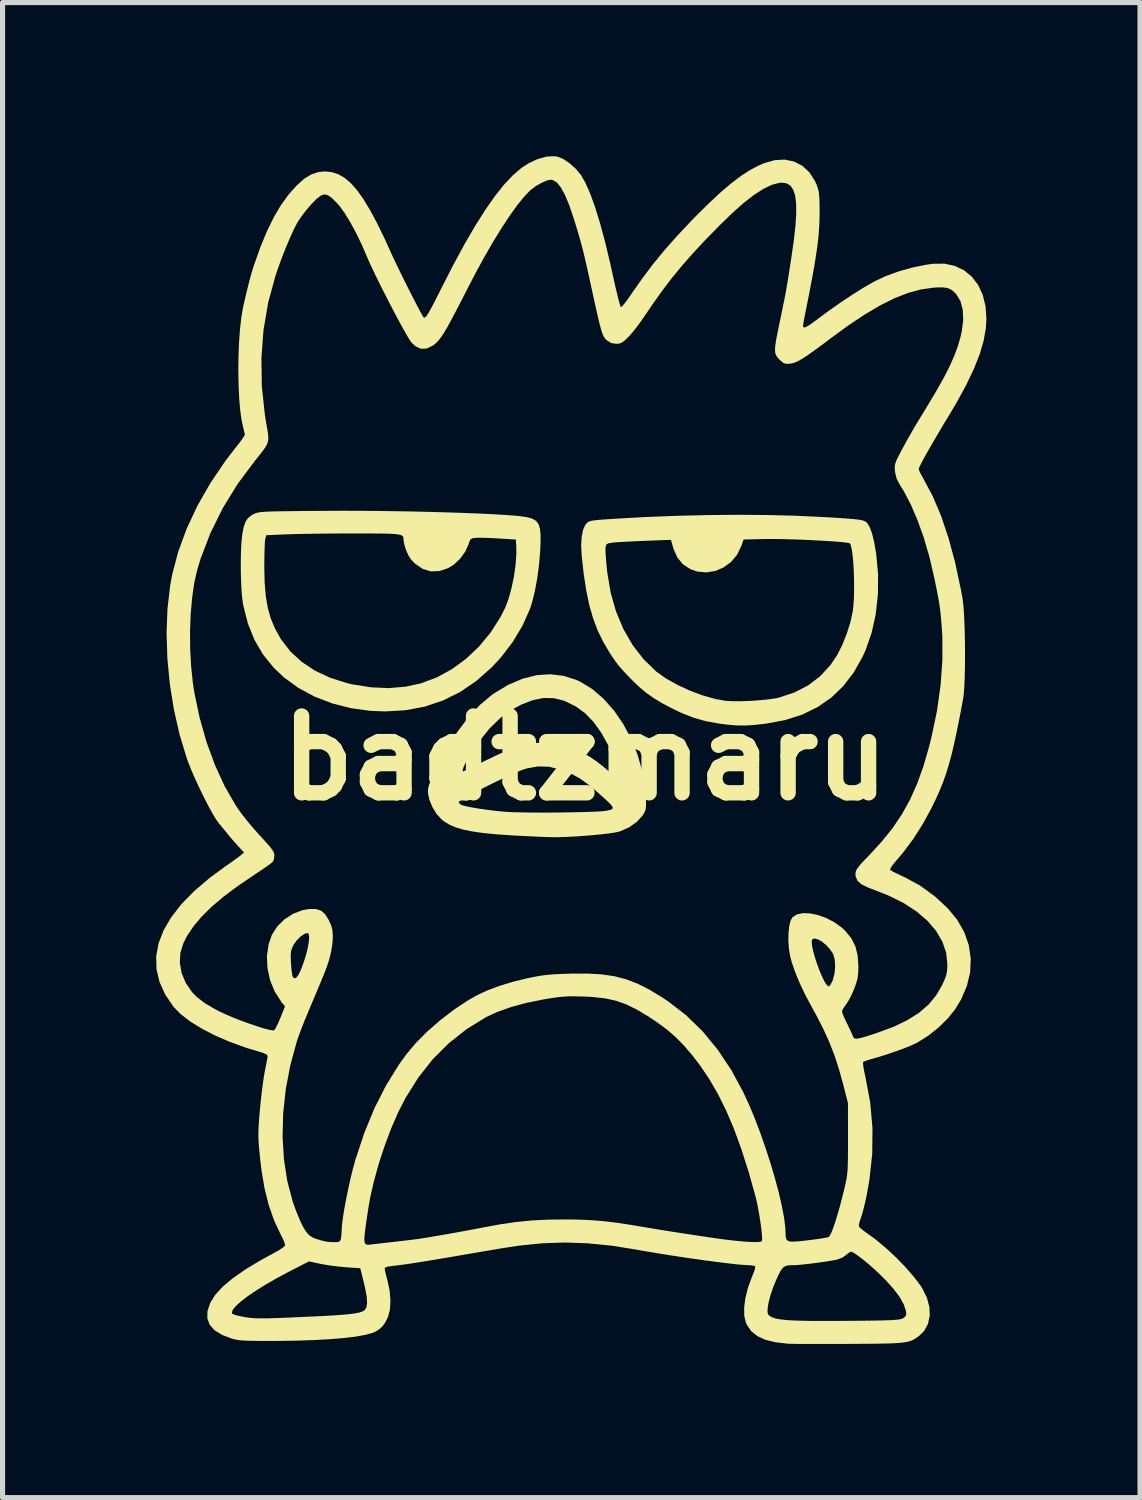
<source format=kicad_pcb>
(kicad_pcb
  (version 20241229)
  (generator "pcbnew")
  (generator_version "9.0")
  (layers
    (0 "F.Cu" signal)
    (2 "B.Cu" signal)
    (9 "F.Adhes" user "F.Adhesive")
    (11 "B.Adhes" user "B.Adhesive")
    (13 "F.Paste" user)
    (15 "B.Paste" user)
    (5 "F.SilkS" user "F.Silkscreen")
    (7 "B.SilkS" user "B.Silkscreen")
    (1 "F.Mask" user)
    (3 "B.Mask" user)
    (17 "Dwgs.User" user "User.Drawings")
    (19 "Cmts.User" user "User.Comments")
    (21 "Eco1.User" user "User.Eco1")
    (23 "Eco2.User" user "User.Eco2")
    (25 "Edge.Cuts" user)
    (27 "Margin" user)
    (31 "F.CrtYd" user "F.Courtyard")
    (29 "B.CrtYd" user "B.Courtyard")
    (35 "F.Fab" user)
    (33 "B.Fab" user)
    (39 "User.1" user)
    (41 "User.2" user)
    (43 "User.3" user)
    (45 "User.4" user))
  (footprint "badtzmaru"
    (layer "F.Cu")
    (at 8.376 11.754)
    (property "Reference" "badtzmaru" (at 0 0 0) (layer "F.SilkS") (effects (font (size 1.5 1.5) (thickness 0.3))))
    (attr board_only exclude_from_pos_files exclude_from_bom)
    (fp_poly (pts (xy -4.41 -4.829) (xy -4.056 -4.826) (xy -3.698 -4.821) (xy -3.341 -4.815) (xy -2.99 -4.806) (xy -2.653 -4.797) (xy -2.334 -4.786) (xy -2.041 -4.774) (xy -1.778 -4.761) (xy -1.552 -4.748) (xy -1.369 -4.734) (xy -1.279 -4.725) (xy -1.14 -4.705) (xy -1.035 -4.677) (xy -0.959 -4.633) (xy -0.909 -4.568) (xy -0.88 -4.475) (xy -0.869 -4.347) (xy -0.871 -4.177) (xy -0.876 -4.06) (xy -0.898 -3.789) (xy -0.933 -3.521) (xy -0.979 -3.27) (xy -1.033 -3.049) (xy -1.075 -2.916) (xy -1.22 -2.59) (xy -1.411 -2.271) (xy -1.642 -1.968) (xy -1.824 -1.772) (xy -2.123 -1.507) (xy -2.44 -1.291) (xy -2.777 -1.124) (xy -3.132 -1.005) (xy -3.509 -0.934) (xy -3.907 -0.911) (xy -4.19 -0.922) (xy -4.573 -0.974) (xy -4.939 -1.068) (xy -5.282 -1.2) (xy -5.598 -1.37) (xy -5.88 -1.575) (xy -6.082 -1.766) (xy -6.29 -2.024) (xy -6.456 -2.307) (xy -6.583 -2.621) (xy -6.672 -2.968) (xy -6.684 -3.031) (xy -6.701 -3.165) (xy -6.713 -3.337) (xy -6.721 -3.534) (xy -6.724 -3.73) (xy -6.265 -3.73) (xy -6.258 -3.425) (xy -6.236 -3.162) (xy -6.196 -2.931) (xy -6.137 -2.723) (xy -6.056 -2.53) (xy -5.951 -2.34) (xy -5.929 -2.307) (xy -5.752 -2.078) (xy -5.533 -1.878) (xy -5.275 -1.707) (xy -4.981 -1.569) (xy -4.656 -1.466) (xy -4.553 -1.441) (xy -4.181 -1.382) (xy -3.832 -1.366) (xy -3.498 -1.396) (xy -3.205 -1.46) (xy -2.897 -1.575) (xy -2.602 -1.736) (xy -2.324 -1.94) (xy -2.07 -2.18) (xy -1.844 -2.453) (xy -1.653 -2.753) (xy -1.562 -2.933) (xy -1.495 -3.109) (xy -1.437 -3.321) (xy -1.389 -3.55) (xy -1.357 -3.781) (xy -1.342 -3.996) (xy -1.344 -4.124) (xy -1.353 -4.268) (xy -1.681 -4.288) (xy -1.819 -4.296) (xy -1.95 -4.301) (xy -2.058 -4.303) (xy -2.125 -4.302) (xy -2.197 -4.294) (xy -2.236 -4.273) (xy -2.261 -4.223) (xy -2.273 -4.182) (xy -2.339 -4.035) (xy -2.44 -3.894) (xy -2.564 -3.777) (xy -2.676 -3.709) (xy -2.85 -3.652) (xy -3.014 -3.646) (xy -3.168 -3.693) (xy -3.313 -3.79) (xy -3.393 -3.871) (xy -3.448 -3.954) (xy -3.498 -4.064) (xy -3.533 -4.178) (xy -3.546 -4.266) (xy -3.547 -4.297) (xy -3.554 -4.322) (xy -3.572 -4.342) (xy -3.605 -4.358) (xy -3.659 -4.369) (xy -3.739 -4.377) (xy -3.849 -4.382) (xy -3.995 -4.385) (xy -4.181 -4.386) (xy -4.414 -4.387) (xy -4.519 -4.387) (xy -4.755 -4.386) (xy -4.993 -4.385) (xy -5.224 -4.382) (xy -5.437 -4.379) (xy -5.623 -4.376) (xy -5.771 -4.371) (xy -5.828 -4.369) (xy -6.226 -4.352) (xy -6.245 -4.284) (xy -6.252 -4.236) (xy -6.257 -4.146) (xy -6.261 -4.023) (xy -6.264 -3.877) (xy -6.265 -3.73) (xy -6.724 -3.73) (xy -6.724 -3.743) (xy -6.722 -3.948) (xy -6.716 -4.138) (xy -6.704 -4.296) (xy -6.695 -4.368) (xy -6.668 -4.511) (xy -6.633 -4.612) (xy -6.585 -4.685) (xy -6.516 -4.74) (xy -6.481 -4.76) (xy -6.454 -4.773) (xy -6.427 -4.784) (xy -6.394 -4.793) (xy -6.351 -4.801) (xy -6.293 -4.807) (xy -6.214 -4.812) (xy -6.112 -4.816) (xy -5.98 -4.819) (xy -5.815 -4.821) (xy -5.61 -4.824) (xy -5.363 -4.826) (xy -5.077 -4.828) (xy -4.752 -4.83)) (stroke (width 0) (type solid)) (fill yes) (layer "F.SilkS"))
    (fp_poly (pts (xy 3.541 -4.747) (xy 4.09 -4.733) (xy 4.492 -4.715) (xy 4.741 -4.702) (xy 4.943 -4.69) (xy 5.103 -4.679) (xy 5.227 -4.669) (xy 5.32 -4.659) (xy 5.388 -4.649) (xy 5.436 -4.636) (xy 5.469 -4.622) (xy 5.493 -4.605) (xy 5.51 -4.588) (xy 5.559 -4.509) (xy 5.604 -4.386) (xy 5.645 -4.217) (xy 5.683 -3.998) (xy 5.685 -3.985) (xy 5.722 -3.591) (xy 5.718 -3.197) (xy 5.676 -2.813) (xy 5.596 -2.448) (xy 5.478 -2.109) (xy 5.42 -1.981) (xy 5.245 -1.671) (xy 5.04 -1.404) (xy 4.805 -1.179) (xy 4.537 -0.994) (xy 4.237 -0.848) (xy 3.901 -0.741) (xy 3.529 -0.672) (xy 3.507 -0.669) (xy 3.298 -0.647) (xy 3.121 -0.636) (xy 2.957 -0.638) (xy 2.786 -0.652) (xy 2.627 -0.672) (xy 2.366 -0.719) (xy 2.133 -0.783) (xy 1.904 -0.872) (xy 1.747 -0.945) (xy 1.524 -1.061) (xy 1.34 -1.171) (xy 1.181 -1.284) (xy 1.036 -1.408) (xy 0.945 -1.495) (xy 0.823 -1.62) (xy 0.73 -1.72) (xy 0.654 -1.808) (xy 0.588 -1.895) (xy 0.521 -1.993) (xy 0.482 -2.053) (xy 0.355 -2.267) (xy 0.247 -2.488) (xy 0.158 -2.723) (xy 0.083 -2.981) (xy 0.023 -3.269) (xy -0.027 -3.594) (xy -0.067 -3.958) (xy -0.071 -4.041) (xy 0.398 -4.041) (xy 0.404 -3.942) (xy 0.414 -3.816) (xy 0.428 -3.674) (xy 0.433 -3.626) (xy 0.499 -3.231) (xy 0.605 -2.86) (xy 0.749 -2.517) (xy 0.929 -2.205) (xy 1.144 -1.928) (xy 1.39 -1.69) (xy 1.392 -1.688) (xy 1.577 -1.556) (xy 1.799 -1.431) (xy 2.044 -1.318) (xy 2.298 -1.223) (xy 2.545 -1.154) (xy 2.732 -1.12) (xy 2.859 -1.111) (xy 3.022 -1.11) (xy 3.205 -1.116) (xy 3.391 -1.128) (xy 3.566 -1.145) (xy 3.714 -1.166) (xy 3.782 -1.18) (xy 4.087 -1.281) (xy 4.356 -1.42) (xy 4.591 -1.599) (xy 4.792 -1.818) (xy 4.922 -2.011) (xy 5.022 -2.209) (xy 5.112 -2.435) (xy 5.184 -2.667) (xy 5.226 -2.863) (xy 5.241 -2.991) (xy 5.25 -3.145) (xy 5.253 -3.315) (xy 5.252 -3.493) (xy 5.246 -3.668) (xy 5.236 -3.833) (xy 5.222 -3.978) (xy 5.204 -4.094) (xy 5.184 -4.17) (xy 5.172 -4.192) (xy 5.139 -4.202) (xy 5.061 -4.213) (xy 4.945 -4.224) (xy 4.799 -4.235) (xy 4.629 -4.245) (xy 4.443 -4.255) (xy 4.249 -4.264) (xy 4.054 -4.271) (xy 3.864 -4.276) (xy 3.688 -4.278) (xy 3.533 -4.278) (xy 3.458 -4.277) (xy 3.095 -4.268) (xy 3.051 -4.141) (xy 2.968 -3.971) (xy 2.851 -3.83) (xy 2.706 -3.724) (xy 2.543 -3.654) (xy 2.369 -3.626) (xy 2.193 -3.642) (xy 2.06 -3.687) (xy 1.912 -3.783) (xy 1.801 -3.917) (xy 1.725 -4.088) (xy 1.721 -4.104) (xy 1.677 -4.262) (xy 1.16 -4.242) (xy 0.992 -4.235) (xy 0.834 -4.227) (xy 0.697 -4.22) (xy 0.59 -4.212) (xy 0.526 -4.206) (xy 0.525 -4.206) (xy 0.452 -4.193) (xy 0.416 -4.172) (xy 0.402 -4.13) (xy 0.399 -4.099) (xy 0.398 -4.041) (xy -0.071 -4.041) (xy -0.077 -4.148) (xy -0.067 -4.316) (xy -0.041 -4.453) (xy 0.002 -4.551) (xy 0.014 -4.566) (xy 0.037 -4.593) (xy 0.062 -4.612) (xy 0.096 -4.627) (xy 0.148 -4.638) (xy 0.225 -4.648) (xy 0.336 -4.657) (xy 0.488 -4.667) (xy 0.557 -4.672) (xy 1.148 -4.706) (xy 1.753 -4.73) (xy 2.361 -4.745) (xy 2.961 -4.751)) (stroke (width 0) (type solid)) (fill yes) (layer "F.SilkS"))
    (fp_poly (pts (xy -0.415 -1.605) (xy -0.16 -1.522) (xy -0.092 -1.49) (xy 0.144 -1.345) (xy 0.364 -1.155) (xy 0.566 -0.926) (xy 0.745 -0.665) (xy 0.899 -0.377) (xy 1.024 -0.068) (xy 1.116 0.254) (xy 1.173 0.585) (xy 1.188 0.803) (xy 1.19 0.912) (xy 1.185 0.986) (xy 1.169 1.042) (xy 1.139 1.096) (xy 1.119 1.125) (xy 1.009 1.246) (xy 0.863 1.35) (xy 0.696 1.426) (xy 0.671 1.434) (xy 0.593 1.452) (xy 0.472 1.47) (xy 0.32 1.488) (xy 0.147 1.505) (xy -0.037 1.52) (xy -0.221 1.532) (xy -0.396 1.541) (xy -0.549 1.545) (xy -0.617 1.545) (xy -0.717 1.543) (xy -0.857 1.538) (xy -1.025 1.53) (xy -1.208 1.521) (xy -1.394 1.511) (xy -1.418 1.51) (xy -1.724 1.489) (xy -1.983 1.464) (xy -2.199 1.434) (xy -2.38 1.397) (xy -2.53 1.352) (xy -2.654 1.298) (xy -2.758 1.233) (xy -2.803 1.198) (xy -2.9 1.091) (xy -2.984 0.953) (xy -3.022 0.859) (xy -2.469 0.859) (xy -2.447 0.895) (xy -2.41 0.917) (xy -2.331 0.939) (xy -2.211 0.964) (xy -2.062 0.989) (xy -1.897 1.012) (xy -1.727 1.033) (xy -1.565 1.048) (xy -1.537 1.05) (xy -1.421 1.056) (xy -1.27 1.06) (xy -1.092 1.063) (xy -0.894 1.064) (xy -0.686 1.064) (xy -0.474 1.062) (xy -0.267 1.059) (xy -0.073 1.055) (xy 0.1 1.05) (xy 0.245 1.044) (xy 0.353 1.036) (xy 0.415 1.029) (xy 0.481 1.014) (xy 0.524 0.999) (xy 0.541 0.977) (xy 0.531 0.945) (xy 0.491 0.896) (xy 0.417 0.824) (xy 0.309 0.726) (xy 0.244 0.668) (xy 0.071 0.523) (xy -0.084 0.41) (xy -0.237 0.323) (xy -0.402 0.252) (xy -0.484 0.223) (xy -0.707 0.169) (xy -0.922 0.163) (xy -1.144 0.203) (xy -1.173 0.212) (xy -1.251 0.24) (xy -1.359 0.285) (xy -1.49 0.343) (xy -1.635 0.411) (xy -1.789 0.485) (xy -1.943 0.561) (xy -2.09 0.636) (xy -2.223 0.706) (xy -2.334 0.767) (xy -2.416 0.816) (xy -2.462 0.849) (xy -2.469 0.859) (xy -3.022 0.859) (xy -3.043 0.806) (xy -3.065 0.703) (xy -3.068 0.646) (xy -3.065 0.594) (xy -3.052 0.537) (xy -3.026 0.465) (xy -2.983 0.368) (xy -2.92 0.235) (xy -2.92 0.235) (xy -2.392 0.235) (xy -2.385 0.26) (xy -2.371 0.258) (xy -2.342 0.243) (xy -2.274 0.21) (xy -2.175 0.162) (xy -2.053 0.102) (xy -1.944 0.048) (xy -1.707 -0.065) (xy -1.507 -0.152) (xy -1.337 -0.217) (xy -1.188 -0.261) (xy -1.054 -0.287) (xy -0.925 -0.297) (xy -0.88 -0.297) (xy -0.643 -0.284) (xy -0.431 -0.245) (xy -0.22 -0.176) (xy -0.173 -0.157) (xy -0.03 -0.092) (xy 0.097 -0.022) (xy 0.222 0.063) (xy 0.361 0.172) (xy 0.433 0.233) (xy 0.517 0.301) (xy 0.586 0.353) (xy 0.633 0.381) (xy 0.644 0.383) (xy 0.661 0.355) (xy 0.661 0.313) (xy 0.644 0.237) (xy 0.609 0.129) (xy 0.564 0.005) (xy 0.513 -0.119) (xy 0.464 -0.229) (xy 0.457 -0.242) (xy 0.313 -0.499) (xy 0.162 -0.709) (xy -0.001 -0.877) (xy -0.181 -1.008) (xy -0.384 -1.108) (xy -0.413 -1.12) (xy -0.608 -1.17) (xy -0.81 -1.174) (xy -1.023 -1.131) (xy -1.251 -1.042) (xy -1.436 -0.942) (xy -1.654 -0.785) (xy -1.866 -0.578) (xy -2.074 -0.319) (xy -2.269 -0.023) (xy -2.332 0.087) (xy -2.373 0.175) (xy -2.392 0.235) (xy -2.92 0.235) (xy -2.908 0.21) (xy -2.71 -0.168) (xy -2.5 -0.505) (xy -2.278 -0.798) (xy -2.048 -1.044) (xy -1.812 -1.241) (xy -1.786 -1.259) (xy -1.504 -1.429) (xy -1.224 -1.549) (xy -0.948 -1.619) (xy -0.678 -1.637)) (stroke (width 0) (type solid)) (fill yes) (layer "F.SilkS"))
    (fp_poly (pts (xy -0.529 -11.742) (xy -0.418 -11.694) (xy -0.298 -11.612) (xy -0.183 -11.509) (xy -0.088 -11.395) (xy -0.081 -11.386) (xy 0.009 -11.228) (xy 0.102 -11.017) (xy 0.196 -10.756) (xy 0.292 -10.444) (xy 0.39 -10.082) (xy 0.488 -9.671) (xy 0.55 -9.392) (xy 0.587 -9.225) (xy 0.622 -9.077) (xy 0.652 -8.954) (xy 0.677 -8.864) (xy 0.694 -8.814) (xy 0.699 -8.807) (xy 0.724 -8.824) (xy 0.769 -8.876) (xy 0.829 -8.955) (xy 0.88 -9.029) (xy 1.098 -9.341) (xy 1.315 -9.631) (xy 1.544 -9.911) (xy 1.793 -10.193) (xy 2.072 -10.49) (xy 2.163 -10.583) (xy 2.417 -10.834) (xy 2.645 -11.047) (xy 2.852 -11.223) (xy 3.043 -11.368) (xy 3.222 -11.484) (xy 3.394 -11.574) (xy 3.498 -11.619) (xy 3.705 -11.677) (xy 3.901 -11.687) (xy 4.082 -11.649) (xy 4.243 -11.566) (xy 4.38 -11.439) (xy 4.488 -11.271) (xy 4.519 -11.2) (xy 4.544 -11.131) (xy 4.561 -11.065) (xy 4.571 -10.988) (xy 4.577 -10.889) (xy 4.579 -10.757) (xy 4.58 -10.664) (xy 4.577 -10.509) (xy 4.57 -10.354) (xy 4.558 -10.193) (xy 4.538 -10.02) (xy 4.511 -9.827) (xy 4.476 -9.609) (xy 4.431 -9.359) (xy 4.376 -9.072) (xy 4.31 -8.74) (xy 4.306 -8.72) (xy 4.284 -8.609) (xy 4.267 -8.516) (xy 4.257 -8.454) (xy 4.255 -8.437) (xy 4.265 -8.411) (xy 4.298 -8.412) (xy 4.359 -8.443) (xy 4.451 -8.506) (xy 4.531 -8.566) (xy 4.758 -8.734) (xy 4.995 -8.9) (xy 5.228 -9.055) (xy 5.447 -9.192) (xy 5.64 -9.303) (xy 5.659 -9.313) (xy 5.875 -9.414) (xy 6.126 -9.505) (xy 6.393 -9.58) (xy 6.659 -9.634) (xy 6.794 -9.653) (xy 7.019 -9.655) (xy 7.222 -9.611) (xy 7.401 -9.525) (xy 7.553 -9.4) (xy 7.675 -9.239) (xy 7.765 -9.046) (xy 7.82 -8.823) (xy 7.837 -8.575) (xy 7.826 -8.396) (xy 7.784 -8.155) (xy 7.708 -7.894) (xy 7.596 -7.61) (xy 7.449 -7.299) (xy 7.264 -6.959) (xy 7.116 -6.708) (xy 6.993 -6.506) (xy 6.879 -6.313) (xy 6.775 -6.135) (xy 6.684 -5.977) (xy 6.61 -5.843) (xy 6.555 -5.74) (xy 6.523 -5.672) (xy 6.515 -5.647) (xy 6.527 -5.606) (xy 6.561 -5.536) (xy 6.608 -5.453) (xy 6.788 -5.116) (xy 6.951 -4.731) (xy 7.097 -4.298) (xy 7.226 -3.818) (xy 7.338 -3.293) (xy 7.373 -3.099) (xy 7.387 -2.987) (xy 7.398 -2.833) (xy 7.407 -2.649) (xy 7.414 -2.442) (xy 7.418 -2.222) (xy 7.419 -1.999) (xy 7.418 -1.783) (xy 7.413 -1.582) (xy 7.406 -1.405) (xy 7.396 -1.263) (xy 7.384 -1.169) (xy 7.321 -0.833) (xy 7.263 -0.543) (xy 7.209 -0.29) (xy 7.157 -0.07) (xy 7.104 0.125) (xy 7.05 0.302) (xy 6.991 0.467) (xy 6.927 0.627) (xy 6.855 0.789) (xy 6.772 0.959) (xy 6.765 0.975) (xy 6.598 1.281) (xy 6.413 1.573) (xy 6.217 1.836) (xy 6.107 1.967) (xy 6.025 2.063) (xy 5.973 2.135) (xy 5.955 2.178) (xy 5.957 2.185) (xy 5.99 2.206) (xy 6.06 2.241) (xy 6.156 2.287) (xy 6.237 2.325) (xy 6.542 2.49) (xy 6.835 2.704) (xy 7.08 2.932) (xy 7.267 3.159) (xy 7.405 3.401) (xy 7.493 3.654) (xy 7.531 3.916) (xy 7.519 4.182) (xy 7.456 4.449) (xy 7.343 4.713) (xy 7.229 4.902) (xy 7.083 5.084) (xy 6.902 5.262) (xy 6.7 5.422) (xy 6.494 5.552) (xy 6.464 5.568) (xy 6.356 5.617) (xy 6.213 5.674) (xy 6.047 5.734) (xy 5.874 5.793) (xy 5.708 5.844) (xy 5.66 5.857) (xy 5.561 5.886) (xy 5.482 5.912) (xy 5.435 5.931) (xy 5.43 5.934) (xy 5.427 5.966) (xy 5.436 6.037) (xy 5.454 6.137) (xy 5.474 6.227) (xy 5.568 6.728) (xy 5.612 7.227) (xy 5.607 7.729) (xy 5.552 8.239) (xy 5.499 8.535) (xy 5.469 8.673) (xy 5.437 8.805) (xy 5.407 8.916) (xy 5.383 8.987) (xy 5.357 9.066) (xy 5.345 9.127) (xy 5.347 9.147) (xy 5.375 9.179) (xy 5.433 9.226) (xy 5.484 9.263) (xy 5.675 9.401) (xy 5.874 9.567) (xy 6.072 9.751) (xy 6.257 9.942) (xy 6.42 10.13) (xy 6.552 10.305) (xy 6.586 10.357) (xy 6.675 10.538) (xy 6.723 10.718) (xy 6.73 10.891) (xy 6.696 11.049) (xy 6.622 11.186) (xy 6.529 11.278) (xy 6.48 11.315) (xy 6.433 11.346) (xy 6.384 11.371) (xy 6.327 11.391) (xy 6.257 11.406) (xy 6.169 11.418) (xy 6.057 11.426) (xy 5.916 11.432) (xy 5.741 11.435) (xy 5.526 11.438) (xy 5.266 11.439) (xy 5.148 11.44) (xy 4.911 11.441) (xy 4.686 11.441) (xy 4.479 11.441) (xy 4.297 11.441) (xy 4.146 11.44) (xy 4.033 11.438) (xy 3.964 11.437) (xy 3.953 11.436) (xy 3.712 11.407) (xy 3.516 11.358) (xy 3.361 11.286) (xy 3.243 11.19) (xy 3.159 11.067) (xy 3.14 11.026) (xy 3.108 10.894) (xy 3.107 10.822) (xy 3.562 10.822) (xy 3.576 10.866) (xy 3.608 10.896) (xy 3.652 10.921) (xy 3.712 10.941) (xy 3.794 10.958) (xy 3.9 10.971) (xy 4.035 10.981) (xy 4.202 10.987) (xy 4.407 10.991) (xy 4.653 10.992) (xy 4.944 10.991) (xy 5.221 10.989) (xy 5.47 10.987) (xy 5.671 10.984) (xy 5.832 10.981) (xy 5.955 10.977) (xy 6.048 10.971) (xy 6.115 10.965) (xy 6.162 10.957) (xy 6.194 10.947) (xy 6.214 10.936) (xy 6.259 10.899) (xy 6.272 10.853) (xy 6.265 10.798) (xy 6.224 10.671) (xy 6.147 10.531) (xy 6.03 10.374) (xy 5.886 10.212) (xy 5.782 10.107) (xy 5.668 9.999) (xy 5.551 9.895) (xy 5.438 9.801) (xy 5.337 9.723) (xy 5.257 9.668) (xy 5.204 9.641) (xy 5.195 9.64) (xy 5.152 9.658) (xy 5.1 9.701) (xy 5.097 9.704) (xy 5.025 9.754) (xy 4.923 9.792) (xy 4.904 9.797) (xy 4.795 9.817) (xy 4.657 9.839) (xy 4.505 9.86) (xy 4.353 9.879) (xy 4.216 9.893) (xy 4.109 9.902) (xy 4.071 9.903) (xy 3.98 9.905) (xy 3.915 9.918) (xy 3.866 9.949) (xy 3.822 10.005) (xy 3.775 10.097) (xy 3.734 10.184) (xy 3.673 10.333) (xy 3.623 10.481) (xy 3.586 10.618) (xy 3.565 10.735) (xy 3.562 10.822) (xy 3.107 10.822) (xy 3.106 10.728) (xy 3.131 10.539) (xy 3.183 10.335) (xy 3.26 10.126) (xy 3.269 10.104) (xy 3.302 10.021) (xy 3.321 9.957) (xy 3.322 9.927) (xy 3.289 9.913) (xy 3.222 9.904) (xy 3.183 9.902) (xy 3.095 9.898) (xy 2.962 9.886) (xy 2.792 9.867) (xy 2.592 9.842) (xy 2.369 9.813) (xy 2.132 9.78) (xy 1.886 9.744) (xy 1.64 9.706) (xy 1.401 9.668) (xy 1.175 9.63) (xy 1.008 9.6) (xy 0.519 9.522) (xy 0.058 9.476) (xy -0.388 9.46) (xy -0.832 9.475) (xy -1.289 9.521) (xy -1.631 9.573) (xy -1.774 9.598) (xy -1.955 9.628) (xy -2.158 9.663) (xy -2.369 9.699) (xy -2.573 9.734) (xy -2.614 9.741) (xy -2.879 9.786) (xy -3.101 9.823) (xy -3.285 9.852) (xy -3.439 9.876) (xy -3.57 9.894) (xy -3.686 9.909) (xy -3.763 9.917) (xy -3.858 9.932) (xy -3.906 9.953) (xy -3.914 9.97) (xy -3.907 10.012) (xy -3.889 10.089) (xy -3.864 10.187) (xy -3.857 10.211) (xy -3.816 10.409) (xy -3.801 10.601) (xy -3.812 10.774) (xy -3.85 10.915) (xy -3.856 10.928) (xy -3.907 11.028) (xy -3.957 11.097) (xy -4.022 11.155) (xy -4.06 11.182) (xy -4.15 11.225) (xy -4.29 11.263) (xy -4.477 11.297) (xy -4.709 11.325) (xy -4.983 11.348) (xy -5.297 11.365) (xy -5.648 11.377) (xy -6.034 11.382) (xy -6.081 11.382) (xy -6.293 11.382) (xy -6.46 11.381) (xy -6.59 11.378) (xy -6.691 11.373) (xy -6.769 11.365) (xy -6.833 11.353) (xy -6.891 11.339) (xy -6.895 11.338) (xy -7.09 11.264) (xy -7.235 11.174) (xy -7.331 11.067) (xy -7.377 10.943) (xy -7.375 10.83) (xy -6.898 10.83) (xy -6.888 10.853) (xy -6.851 10.869) (xy -6.777 10.89) (xy -6.68 10.91) (xy -6.655 10.915) (xy -6.595 10.925) (xy -6.535 10.932) (xy -6.468 10.938) (xy -6.389 10.941) (xy -6.294 10.941) (xy -6.176 10.94) (xy -6.03 10.935) (xy -5.851 10.929) (xy -5.633 10.919) (xy -5.37 10.907) (xy -5.214 10.9) (xy -4.969 10.887) (xy -4.771 10.874) (xy -4.615 10.86) (xy -4.496 10.845) (xy -4.409 10.827) (xy -4.347 10.806) (xy -4.307 10.782) (xy -4.303 10.779) (xy -4.27 10.724) (xy -4.257 10.638) (xy -4.265 10.516) (xy -4.295 10.354) (xy -4.323 10.234) (xy -4.391 9.962) (xy -4.661 9.944) (xy -4.81 9.93) (xy -4.972 9.91) (xy -5.119 9.886) (xy -5.162 9.878) (xy -5.393 9.829) (xy -5.803 10.04) (xy -6.033 10.163) (xy -6.244 10.285) (xy -6.432 10.403) (xy -6.594 10.513) (xy -6.725 10.614) (xy -6.822 10.702) (xy -6.881 10.775) (xy -6.898 10.83) (xy -7.375 10.83) (xy -7.374 10.801) (xy -7.322 10.642) (xy -7.316 10.63) (xy -7.221 10.479) (xy -7.074 10.32) (xy -6.876 10.155) (xy -6.628 9.982) (xy -6.33 9.803) (xy -6.1 9.678) (xy -5.981 9.612) (xy -5.9 9.558) (xy -5.86 9.519) (xy -5.857 9.509) (xy -5.869 9.467) (xy -5.9 9.393) (xy -5.944 9.304) (xy -5.947 9.298) (xy -6.075 9.025) (xy -6.178 8.731) (xy -6.259 8.408) (xy -6.32 8.047) (xy -6.348 7.807) (xy -6.364 7.645) (xy -6.375 7.515) (xy -6.38 7.403) (xy -6.38 7.295) (xy -6.375 7.177) (xy -6.365 7.035) (xy -6.349 6.854) (xy -6.349 6.85) (xy -6.331 6.671) (xy -6.31 6.491) (xy -6.288 6.324) (xy -6.267 6.183) (xy -6.251 6.096) (xy -6.229 5.986) (xy -6.211 5.893) (xy -6.201 5.831) (xy -6.199 5.815) (xy -6.222 5.787) (xy -6.279 5.76) (xy -6.297 5.754) (xy -6.626 5.655) (xy -6.937 5.542) (xy -7.226 5.417) (xy -7.486 5.283) (xy -7.711 5.144) (xy -7.895 5.002) (xy -8.034 4.861) (xy -8.04 4.854) (xy -8.202 4.613) (xy -8.312 4.369) (xy -8.37 4.122) (xy -8.373 4) (xy -7.914 4) (xy -7.879 4.198) (xy -7.799 4.39) (xy -7.678 4.567) (xy -7.588 4.661) (xy -7.435 4.78) (xy -7.231 4.901) (xy -7.14 4.948) (xy -7.012 5.008) (xy -6.867 5.069) (xy -6.713 5.13) (xy -6.558 5.186) (xy -6.411 5.236) (xy -6.28 5.277) (xy -6.174 5.305) (xy -6.101 5.318) (xy -6.073 5.315) (xy -6.048 5.282) (xy -6.012 5.212) (xy -5.969 5.118) (xy -5.95 5.071) (xy -5.861 4.85) (xy -5.935 4.756) (xy -6.063 4.556) (xy -6.153 4.334) (xy -6.203 4.1) (xy -6.214 3.865) (xy -6.212 3.855) (xy -5.749 3.855) (xy -5.746 3.961) (xy -5.744 3.993) (xy -5.736 4.101) (xy -5.726 4.193) (xy -5.716 4.253) (xy -5.712 4.263) (xy -5.682 4.302) (xy -5.642 4.29) (xy -5.596 4.231) (xy -5.551 4.137) (xy -5.496 3.99) (xy -5.45 3.844) (xy -5.416 3.707) (xy -5.395 3.587) (xy -5.388 3.493) (xy -5.397 3.433) (xy -5.42 3.415) (xy -5.486 3.436) (xy -5.563 3.49) (xy -5.637 3.565) (xy -5.695 3.65) (xy -5.695 3.651) (xy -5.726 3.717) (xy -5.743 3.779) (xy -5.749 3.855) (xy -6.212 3.855) (xy -6.181 3.638) (xy -6.116 3.45) (xy -6.011 3.287) (xy -5.869 3.147) (xy -5.698 3.038) (xy -5.512 2.968) (xy -5.382 2.947) (xy -5.253 2.948) (xy -5.155 2.98) (xy -5.078 3.048) (xy -5.007 3.161) (xy -5.003 3.17) (xy -4.958 3.268) (xy -4.935 3.355) (xy -4.927 3.456) (xy -4.927 3.507) (xy -4.936 3.63) (xy -4.958 3.771) (xy -4.985 3.887) (xy -5.003 3.95) (xy -5.022 4.012) (xy -5.046 4.081) (xy -5.076 4.161) (xy -5.115 4.26) (xy -5.166 4.383) (xy -5.23 4.536) (xy -5.31 4.726) (xy -5.406 4.953) (xy -5.469 5.104) (xy -5.53 5.258) (xy -5.584 5.401) (xy -5.624 5.515) (xy -5.631 5.538) (xy -5.758 6.003) (xy -5.846 6.472) (xy -5.896 6.938) (xy -5.908 7.395) (xy -5.881 7.838) (xy -5.815 8.261) (xy -5.711 8.656) (xy -5.646 8.839) (xy -5.573 9.017) (xy -5.509 9.151) (xy -5.449 9.249) (xy -5.388 9.317) (xy -5.321 9.362) (xy -5.262 9.386) (xy -5.154 9.419) (xy -5.074 9.439) (xy -5.003 9.449) (xy -4.918 9.453) (xy -4.908 9.453) (xy -4.832 9.451) (xy -4.792 9.437) (xy -4.773 9.404) (xy -4.771 9.397) (xy -4.769 9.385) (xy -4.311 9.385) (xy -4.308 9.446) (xy -4.295 9.483) (xy -4.271 9.5) (xy -4.235 9.504) (xy -4.187 9.499) (xy -4.153 9.495) (xy -4.08 9.487) (xy -3.969 9.474) (xy -3.836 9.459) (xy -3.695 9.443) (xy -3.69 9.443) (xy -3.545 9.426) (xy -3.402 9.409) (xy -3.278 9.393) (xy -3.191 9.38) (xy -3.049 9.357) (xy -2.871 9.327) (xy -2.673 9.292) (xy -2.47 9.256) (xy -2.276 9.22) (xy -2.107 9.189) (xy -1.996 9.167) (xy -1.654 9.104) (xy -1.341 9.059) (xy -1.037 9.029) (xy -0.723 9.013) (xy -0.433 9.01) (xy -0.197 9.011) (xy 0.015 9.018) (xy 0.215 9.03) (xy 0.415 9.049) (xy 0.63 9.076) (xy 0.871 9.112) (xy 1.116 9.153) (xy 1.24 9.174) (xy 1.355 9.193) (xy 1.469 9.212) (xy 1.59 9.231) (xy 1.727 9.253) (xy 1.887 9.278) (xy 2.079 9.307) (xy 2.311 9.342) (xy 2.443 9.362) (xy 2.668 9.394) (xy 2.875 9.419) (xy 3.06 9.438) (xy 3.216 9.449) (xy 3.337 9.452) (xy 3.417 9.447) (xy 3.452 9.434) (xy 3.457 9.393) (xy 3.453 9.311) (xy 3.442 9.198) (xy 3.424 9.065) (xy 3.401 8.921) (xy 3.376 8.778) (xy 3.348 8.644) (xy 3.325 8.55) (xy 3.189 8.066) (xy 3.049 7.63) (xy 2.905 7.236) (xy 2.753 6.88) (xy 2.592 6.556) (xy 2.419 6.259) (xy 2.232 5.984) (xy 2.104 5.818) (xy 1.936 5.62) (xy 1.772 5.452) (xy 1.597 5.3) (xy 1.397 5.153) (xy 1.221 5.037) (xy 1.001 4.906) (xy 0.799 4.808) (xy 0.6 4.738) (xy 0.39 4.692) (xy 0.153 4.666) (xy -0.013 4.657) (xy -0.182 4.653) (xy -0.32 4.653) (xy -0.444 4.66) (xy -0.574 4.675) (xy -0.729 4.699) (xy -0.805 4.712) (xy -1.136 4.778) (xy -1.439 4.86) (xy -1.707 4.954) (xy -1.931 5.057) (xy -2.313 5.292) (xy -2.662 5.568) (xy -2.977 5.883) (xy -3.258 6.24) (xy -3.506 6.636) (xy -3.65 6.917) (xy -3.786 7.229) (xy -3.913 7.567) (xy -4.028 7.917) (xy -4.124 8.264) (xy -4.199 8.592) (xy -4.232 8.785) (xy -4.264 8.999) (xy -4.288 9.167) (xy -4.304 9.294) (xy -4.311 9.385) (xy -4.769 9.385) (xy -4.761 9.334) (xy -4.755 9.248) (xy -4.754 9.22) (xy -4.747 9.116) (xy -4.729 8.971) (xy -4.701 8.797) (xy -4.665 8.603) (xy -4.623 8.401) (xy -4.579 8.2) (xy -4.532 8.011) (xy -4.486 7.845) (xy -4.485 7.841) (xy -4.311 7.317) (xy -4.113 6.836) (xy -3.887 6.392) (xy -3.633 5.982) (xy -3.49 5.784) (xy -3.304 5.563) (xy -3.079 5.337) (xy -2.827 5.117) (xy -2.558 4.911) (xy -2.284 4.73) (xy -2.118 4.635) (xy -1.915 4.54) (xy -1.673 4.449) (xy -1.404 4.367) (xy -1.143 4.303) (xy -0.998 4.273) (xy -0.872 4.25) (xy -0.749 4.234) (xy -0.617 4.223) (xy -0.459 4.215) (xy -0.265 4.209) (xy 0.05 4.208) (xy 0.326 4.224) (xy 0.574 4.26) (xy 0.804 4.32) (xy 1.029 4.407) (xy 1.259 4.524) (xy 1.506 4.674) (xy 1.635 4.76) (xy 1.978 5.027) (xy 2.297 5.338) (xy 2.59 5.695) (xy 2.857 6.095) (xy 3.087 6.521) (xy 3.2 6.765) (xy 3.312 7.034) (xy 3.421 7.319) (xy 3.524 7.614) (xy 3.62 7.91) (xy 3.706 8.201) (xy 3.781 8.479) (xy 3.84 8.737) (xy 3.884 8.967) (xy 3.909 9.161) (xy 3.914 9.27) (xy 3.917 9.351) (xy 3.934 9.404) (xy 3.972 9.434) (xy 4.039 9.444) (xy 4.145 9.439) (xy 4.232 9.43) (xy 4.391 9.412) (xy 4.533 9.393) (xy 4.647 9.376) (xy 4.727 9.361) (xy 4.764 9.349) (xy 4.765 9.348) (xy 4.798 9.291) (xy 4.841 9.188) (xy 4.889 9.045) (xy 4.943 8.869) (xy 4.999 8.664) (xy 5.056 8.438) (xy 5.073 8.366) (xy 5.092 8.281) (xy 5.107 8.203) (xy 5.118 8.124) (xy 5.126 8.035) (xy 5.13 7.927) (xy 5.133 7.792) (xy 5.134 7.621) (xy 5.134 7.42) (xy 5.133 6.737) (xy 5.046 6.396) (xy 4.962 6.09) (xy 4.873 5.815) (xy 4.772 5.554) (xy 4.654 5.292) (xy 4.511 5.015) (xy 4.408 4.827) (xy 4.293 4.611) (xy 4.189 4.391) (xy 4.102 4.179) (xy 4.036 3.988) (xy 4.004 3.87) (xy 3.98 3.722) (xy 3.97 3.581) (xy 4.425 3.581) (xy 4.431 3.66) (xy 4.453 3.765) (xy 4.487 3.888) (xy 4.529 4.018) (xy 4.576 4.146) (xy 4.626 4.264) (xy 4.674 4.362) (xy 4.718 4.43) (xy 4.753 4.459) (xy 4.762 4.458) (xy 4.79 4.429) (xy 4.823 4.368) (xy 4.838 4.332) (xy 4.87 4.209) (xy 4.883 4.072) (xy 4.875 3.941) (xy 4.848 3.836) (xy 4.843 3.827) (xy 4.784 3.735) (xy 4.708 3.652) (xy 4.625 3.584) (xy 4.545 3.539) (xy 4.477 3.523) (xy 4.437 3.538) (xy 4.425 3.581) (xy 3.97 3.581) (xy 3.969 3.566) (xy 3.972 3.414) (xy 3.987 3.279) (xy 4.013 3.173) (xy 4.049 3.109) (xy 4.136 3.053) (xy 4.254 3.028) (xy 4.394 3.033) (xy 4.548 3.065) (xy 4.706 3.122) (xy 4.86 3.201) (xy 5.001 3.301) (xy 5.081 3.374) (xy 5.199 3.52) (xy 5.278 3.675) (xy 5.322 3.852) (xy 5.337 4.063) (xy 5.337 4.067) (xy 5.333 4.198) (xy 5.32 4.303) (xy 5.291 4.407) (xy 5.256 4.503) (xy 5.208 4.615) (xy 5.154 4.721) (xy 5.104 4.8) (xy 5.096 4.81) (xy 5.049 4.876) (xy 5.021 4.93) (xy 5.017 4.947) (xy 5.028 4.987) (xy 5.057 5.06) (xy 5.099 5.152) (xy 5.111 5.174) (xy 5.158 5.273) (xy 5.2 5.361) (xy 5.226 5.422) (xy 5.229 5.429) (xy 5.243 5.458) (xy 5.264 5.475) (xy 5.299 5.48) (xy 5.355 5.472) (xy 5.441 5.45) (xy 5.562 5.412) (xy 5.7 5.367) (xy 6.02 5.249) (xy 6.291 5.119) (xy 6.518 4.976) (xy 6.705 4.816) (xy 6.854 4.636) (xy 6.965 4.446) (xy 7.018 4.333) (xy 7.05 4.247) (xy 7.067 4.169) (xy 7.073 4.079) (xy 7.074 4.023) (xy 7.05 3.798) (xy 6.975 3.581) (xy 6.853 3.373) (xy 6.685 3.177) (xy 6.474 2.996) (xy 6.223 2.832) (xy 5.932 2.688) (xy 5.813 2.639) (xy 5.704 2.597) (xy 5.596 2.555) (xy 5.52 2.526) (xy 5.395 2.464) (xy 5.317 2.393) (xy 5.282 2.306) (xy 5.28 2.269) (xy 5.283 2.228) (xy 5.296 2.187) (xy 5.325 2.141) (xy 5.374 2.08) (xy 5.451 1.997) (xy 5.551 1.894) (xy 5.796 1.627) (xy 6.008 1.363) (xy 6.19 1.092) (xy 6.348 0.806) (xy 6.486 0.496) (xy 6.608 0.156) (xy 6.718 -0.225) (xy 6.767 -0.42) (xy 6.872 -0.924) (xy 6.942 -1.423) (xy 6.977 -1.909) (xy 6.977 -2.371) (xy 6.966 -2.539) (xy 6.954 -2.688) (xy 6.943 -2.812) (xy 6.929 -2.925) (xy 6.913 -3.038) (xy 6.891 -3.162) (xy 6.862 -3.31) (xy 6.824 -3.494) (xy 6.81 -3.558) (xy 6.721 -3.938) (xy 6.615 -4.3) (xy 6.495 -4.637) (xy 6.365 -4.942) (xy 6.227 -5.207) (xy 6.154 -5.324) (xy 6.084 -5.455) (xy 6.052 -5.586) (xy 6.05 -5.6) (xy 6.046 -5.675) (xy 6.053 -5.738) (xy 6.076 -5.806) (xy 6.12 -5.897) (xy 6.14 -5.936) (xy 6.223 -6.09) (xy 6.302 -6.235) (xy 6.387 -6.383) (xy 6.481 -6.544) (xy 6.594 -6.729) (xy 6.687 -6.882) (xy 6.861 -7.172) (xy 7.005 -7.428) (xy 7.121 -7.656) (xy 7.213 -7.864) (xy 7.283 -8.057) (xy 7.336 -8.242) (xy 7.354 -8.326) (xy 7.384 -8.553) (xy 7.375 -8.753) (xy 7.33 -8.923) (xy 7.248 -9.059) (xy 7.2 -9.109) (xy 7.141 -9.153) (xy 7.077 -9.179) (xy 6.995 -9.191) (xy 6.883 -9.191) (xy 6.794 -9.185) (xy 6.559 -9.152) (xy 6.311 -9.085) (xy 6.048 -8.983) (xy 5.767 -8.843) (xy 5.465 -8.665) (xy 5.138 -8.447) (xy 4.797 -8.198) (xy 4.607 -8.055) (xy 4.452 -7.942) (xy 4.328 -7.855) (xy 4.228 -7.791) (xy 4.148 -7.747) (xy 4.083 -7.72) (xy 4.026 -7.705) (xy 4.009 -7.703) (xy 3.933 -7.698) (xy 3.88 -7.712) (xy 3.827 -7.752) (xy 3.796 -7.782) (xy 3.757 -7.824) (xy 3.73 -7.864) (xy 3.713 -7.912) (xy 3.708 -7.974) (xy 3.714 -8.057) (xy 3.731 -8.169) (xy 3.76 -8.319) (xy 3.797 -8.497) (xy 3.837 -8.691) (xy 3.869 -8.847) (xy 3.895 -8.975) (xy 3.917 -9.088) (xy 3.936 -9.197) (xy 3.956 -9.313) (xy 3.977 -9.448) (xy 4.003 -9.614) (xy 4.03 -9.79) (xy 4.077 -10.12) (xy 4.108 -10.402) (xy 4.123 -10.638) (xy 4.121 -10.831) (xy 4.102 -10.984) (xy 4.065 -11.099) (xy 4.011 -11.177) (xy 3.938 -11.223) (xy 3.847 -11.237) (xy 3.792 -11.233) (xy 3.647 -11.195) (xy 3.484 -11.117) (xy 3.3 -10.999) (xy 3.095 -10.84) (xy 2.867 -10.637) (xy 2.64 -10.416) (xy 2.363 -10.134) (xy 2.12 -9.874) (xy 1.902 -9.627) (xy 1.702 -9.384) (xy 1.512 -9.135) (xy 1.323 -8.87) (xy 1.168 -8.642) (xy 1.083 -8.519) (xy 0.993 -8.398) (xy 0.908 -8.293) (xy 0.849 -8.228) (xy 0.773 -8.155) (xy 0.717 -8.113) (xy 0.666 -8.094) (xy 0.606 -8.09) (xy 0.509 -8.105) (xy 0.427 -8.157) (xy 0.421 -8.162) (xy 0.396 -8.187) (xy 0.374 -8.216) (xy 0.353 -8.253) (xy 0.332 -8.306) (xy 0.31 -8.378) (xy 0.284 -8.475) (xy 0.253 -8.602) (xy 0.216 -8.765) (xy 0.171 -8.968) (xy 0.117 -9.218) (xy 0.116 -9.22) (xy 0.064 -9.459) (xy 0.019 -9.658) (xy -0.02 -9.828) (xy -0.058 -9.979) (xy -0.097 -10.122) (xy -0.139 -10.268) (xy -0.188 -10.429) (xy -0.226 -10.55) (xy -0.31 -10.798) (xy -0.392 -10.995) (xy -0.472 -11.142) (xy -0.55 -11.239) (xy -0.629 -11.288) (xy -0.671 -11.295) (xy -0.749 -11.278) (xy -0.85 -11.234) (xy -0.959 -11.172) (xy -1.058 -11.098) (xy -1.08 -11.079) (xy -1.195 -10.958) (xy -1.328 -10.793) (xy -1.475 -10.588) (xy -1.633 -10.348) (xy -1.799 -10.078) (xy -1.97 -9.781) (xy -2.144 -9.462) (xy -2.297 -9.167) (xy -2.424 -8.918) (xy -2.531 -8.712) (xy -2.62 -8.544) (xy -2.694 -8.409) (xy -2.757 -8.303) (xy -2.811 -8.221) (xy -2.86 -8.158) (xy -2.904 -8.111) (xy -2.949 -8.073) (xy -2.979 -8.052) (xy -3.097 -7.997) (xy -3.208 -7.993) (xy -3.313 -8.042) (xy -3.388 -8.112) (xy -3.424 -8.163) (xy -3.479 -8.253) (xy -3.549 -8.377) (xy -3.631 -8.527) (xy -3.721 -8.696) (xy -3.815 -8.876) (xy -3.91 -9.061) (xy -4.002 -9.243) (xy -4.087 -9.415) (xy -4.161 -9.571) (xy -4.222 -9.703) (xy -4.257 -9.784) (xy -4.362 -10.027) (xy -4.473 -10.256) (xy -4.586 -10.464) (xy -4.695 -10.643) (xy -4.797 -10.784) (xy -4.847 -10.84) (xy -4.943 -10.936) (xy -5.021 -10.992) (xy -5.09 -11.009) (xy -5.16 -10.986) (xy -5.242 -10.922) (xy -5.345 -10.817) (xy -5.349 -10.813) (xy -5.442 -10.705) (xy -5.534 -10.585) (xy -5.609 -10.474) (xy -5.629 -10.439) (xy -5.698 -10.304) (xy -5.776 -10.13) (xy -5.858 -9.933) (xy -5.939 -9.725) (xy -6.013 -9.519) (xy -6.046 -9.421) (xy -6.188 -8.899) (xy -6.28 -8.363) (xy -6.321 -7.816) (xy -6.313 -7.26) (xy -6.253 -6.697) (xy -6.222 -6.511) (xy -6.2 -6.385) (xy -6.187 -6.29) (xy -6.188 -6.213) (xy -6.204 -6.145) (xy -6.241 -6.074) (xy -6.301 -5.989) (xy -6.388 -5.88) (xy -6.447 -5.807) (xy -6.785 -5.354) (xy -7.075 -4.883) (xy -7.316 -4.396) (xy -7.508 -3.896) (xy -7.574 -3.677) (xy -7.632 -3.424) (xy -7.674 -3.132) (xy -7.702 -2.811) (xy -7.715 -2.472) (xy -7.712 -2.126) (xy -7.693 -1.785) (xy -7.659 -1.458) (xy -7.63 -1.274) (xy -7.526 -0.781) (xy -7.391 -0.308) (xy -7.228 0.137) (xy -7.039 0.548) (xy -6.826 0.918) (xy -6.781 0.986) (xy -6.703 1.094) (xy -6.6 1.225) (xy -6.484 1.363) (xy -6.369 1.494) (xy -6.345 1.519) (xy -6.237 1.637) (xy -6.16 1.725) (xy -6.11 1.79) (xy -6.081 1.839) (xy -6.069 1.88) (xy -6.068 1.901) (xy -6.077 1.974) (xy -6.1 2.026) (xy -6.134 2.055) (xy -6.202 2.105) (xy -6.297 2.171) (xy -6.409 2.246) (xy -6.444 2.269) (xy -6.772 2.491) (xy -7.053 2.7) (xy -7.291 2.901) (xy -7.488 3.095) (xy -7.648 3.286) (xy -7.775 3.477) (xy -7.845 3.615) (xy -7.904 3.803) (xy -7.914 4) (xy -8.373 4) (xy -8.376 3.872) (xy -8.33 3.62) (xy -8.233 3.366) (xy -8.084 3.111) (xy -7.885 2.854) (xy -7.634 2.598) (xy -7.333 2.341) (xy -7.043 2.128) (xy -6.936 2.053) (xy -6.84 1.984) (xy -6.764 1.929) (xy -6.728 1.9) (xy -6.66 1.844) (xy -6.778 1.717) (xy -6.862 1.622) (xy -6.952 1.518) (xy -7 1.458) (xy -7.062 1.382) (xy -7.116 1.316) (xy -7.145 1.283) (xy -7.199 1.209) (xy -7.268 1.096) (xy -7.348 0.952) (xy -7.433 0.787) (xy -7.52 0.61) (xy -7.605 0.429) (xy -7.681 0.254) (xy -7.746 0.094) (xy -7.777 0.009) (xy -7.918 -0.456) (xy -8.029 -0.942) (xy -8.109 -1.44) (xy -8.157 -1.939) (xy -8.173 -2.432) (xy -8.156 -2.909) (xy -8.104 -3.361) (xy -8.063 -3.586) (xy -7.946 -4.029) (xy -7.781 -4.479) (xy -7.57 -4.929) (xy -7.316 -5.373) (xy -7.021 -5.808) (xy -6.827 -6.06) (xy -6.753 -6.153) (xy -6.694 -6.234) (xy -6.656 -6.291) (xy -6.646 -6.314) (xy -6.652 -6.358) (xy -6.669 -6.425) (xy -6.672 -6.436) (xy -6.707 -6.593) (xy -6.735 -6.793) (xy -6.755 -7.026) (xy -6.767 -7.282) (xy -6.772 -7.553) (xy -6.769 -7.828) (xy -6.759 -8.099) (xy -6.741 -8.356) (xy -6.716 -8.589) (xy -6.683 -8.789) (xy -6.673 -8.833) (xy -6.623 -9.049) (xy -6.581 -9.222) (xy -6.545 -9.362) (xy -6.513 -9.477) (xy -6.482 -9.578) (xy -6.476 -9.597) (xy -6.347 -9.963) (xy -6.216 -10.282) (xy -6.08 -10.56) (xy -5.938 -10.801) (xy -5.785 -11.011) (xy -5.633 -11.181) (xy -5.486 -11.313) (xy -5.346 -11.399) (xy -5.204 -11.445) (xy -5.08 -11.456) (xy -4.949 -11.443) (xy -4.823 -11.403) (xy -4.7 -11.333) (xy -4.578 -11.231) (xy -4.456 -11.093) (xy -4.33 -10.917) (xy -4.199 -10.7) (xy -4.06 -10.441) (xy -3.911 -10.135) (xy -3.782 -9.85) (xy -3.737 -9.752) (xy -3.678 -9.628) (xy -3.608 -9.485) (xy -3.533 -9.332) (xy -3.455 -9.176) (xy -3.378 -9.025) (xy -3.307 -8.887) (xy -3.245 -8.768) (xy -3.197 -8.677) (xy -3.165 -8.622) (xy -3.156 -8.61) (xy -3.14 -8.601) (xy -3.12 -8.609) (xy -3.093 -8.639) (xy -3.056 -8.696) (xy -3.007 -8.784) (xy -2.942 -8.907) (xy -2.859 -9.071) (xy -2.811 -9.167) (xy -2.577 -9.625) (xy -2.356 -10.033) (xy -2.147 -10.393) (xy -1.948 -10.707) (xy -1.76 -10.976) (xy -1.581 -11.2) (xy -1.41 -11.382) (xy -1.246 -11.523) (xy -1.103 -11.616) (xy -0.923 -11.699) (xy -0.753 -11.746) (xy -0.601 -11.754)) (stroke (width 0) (type solid)) (fill yes) (layer "F.SilkS")))
  (gr_rect
    (start -3 -3)
    (end 19.213 26.196)
    (stroke (width 0.1) (type default))
    (fill no)
    (layer "Edge.Cuts")))
</source>
